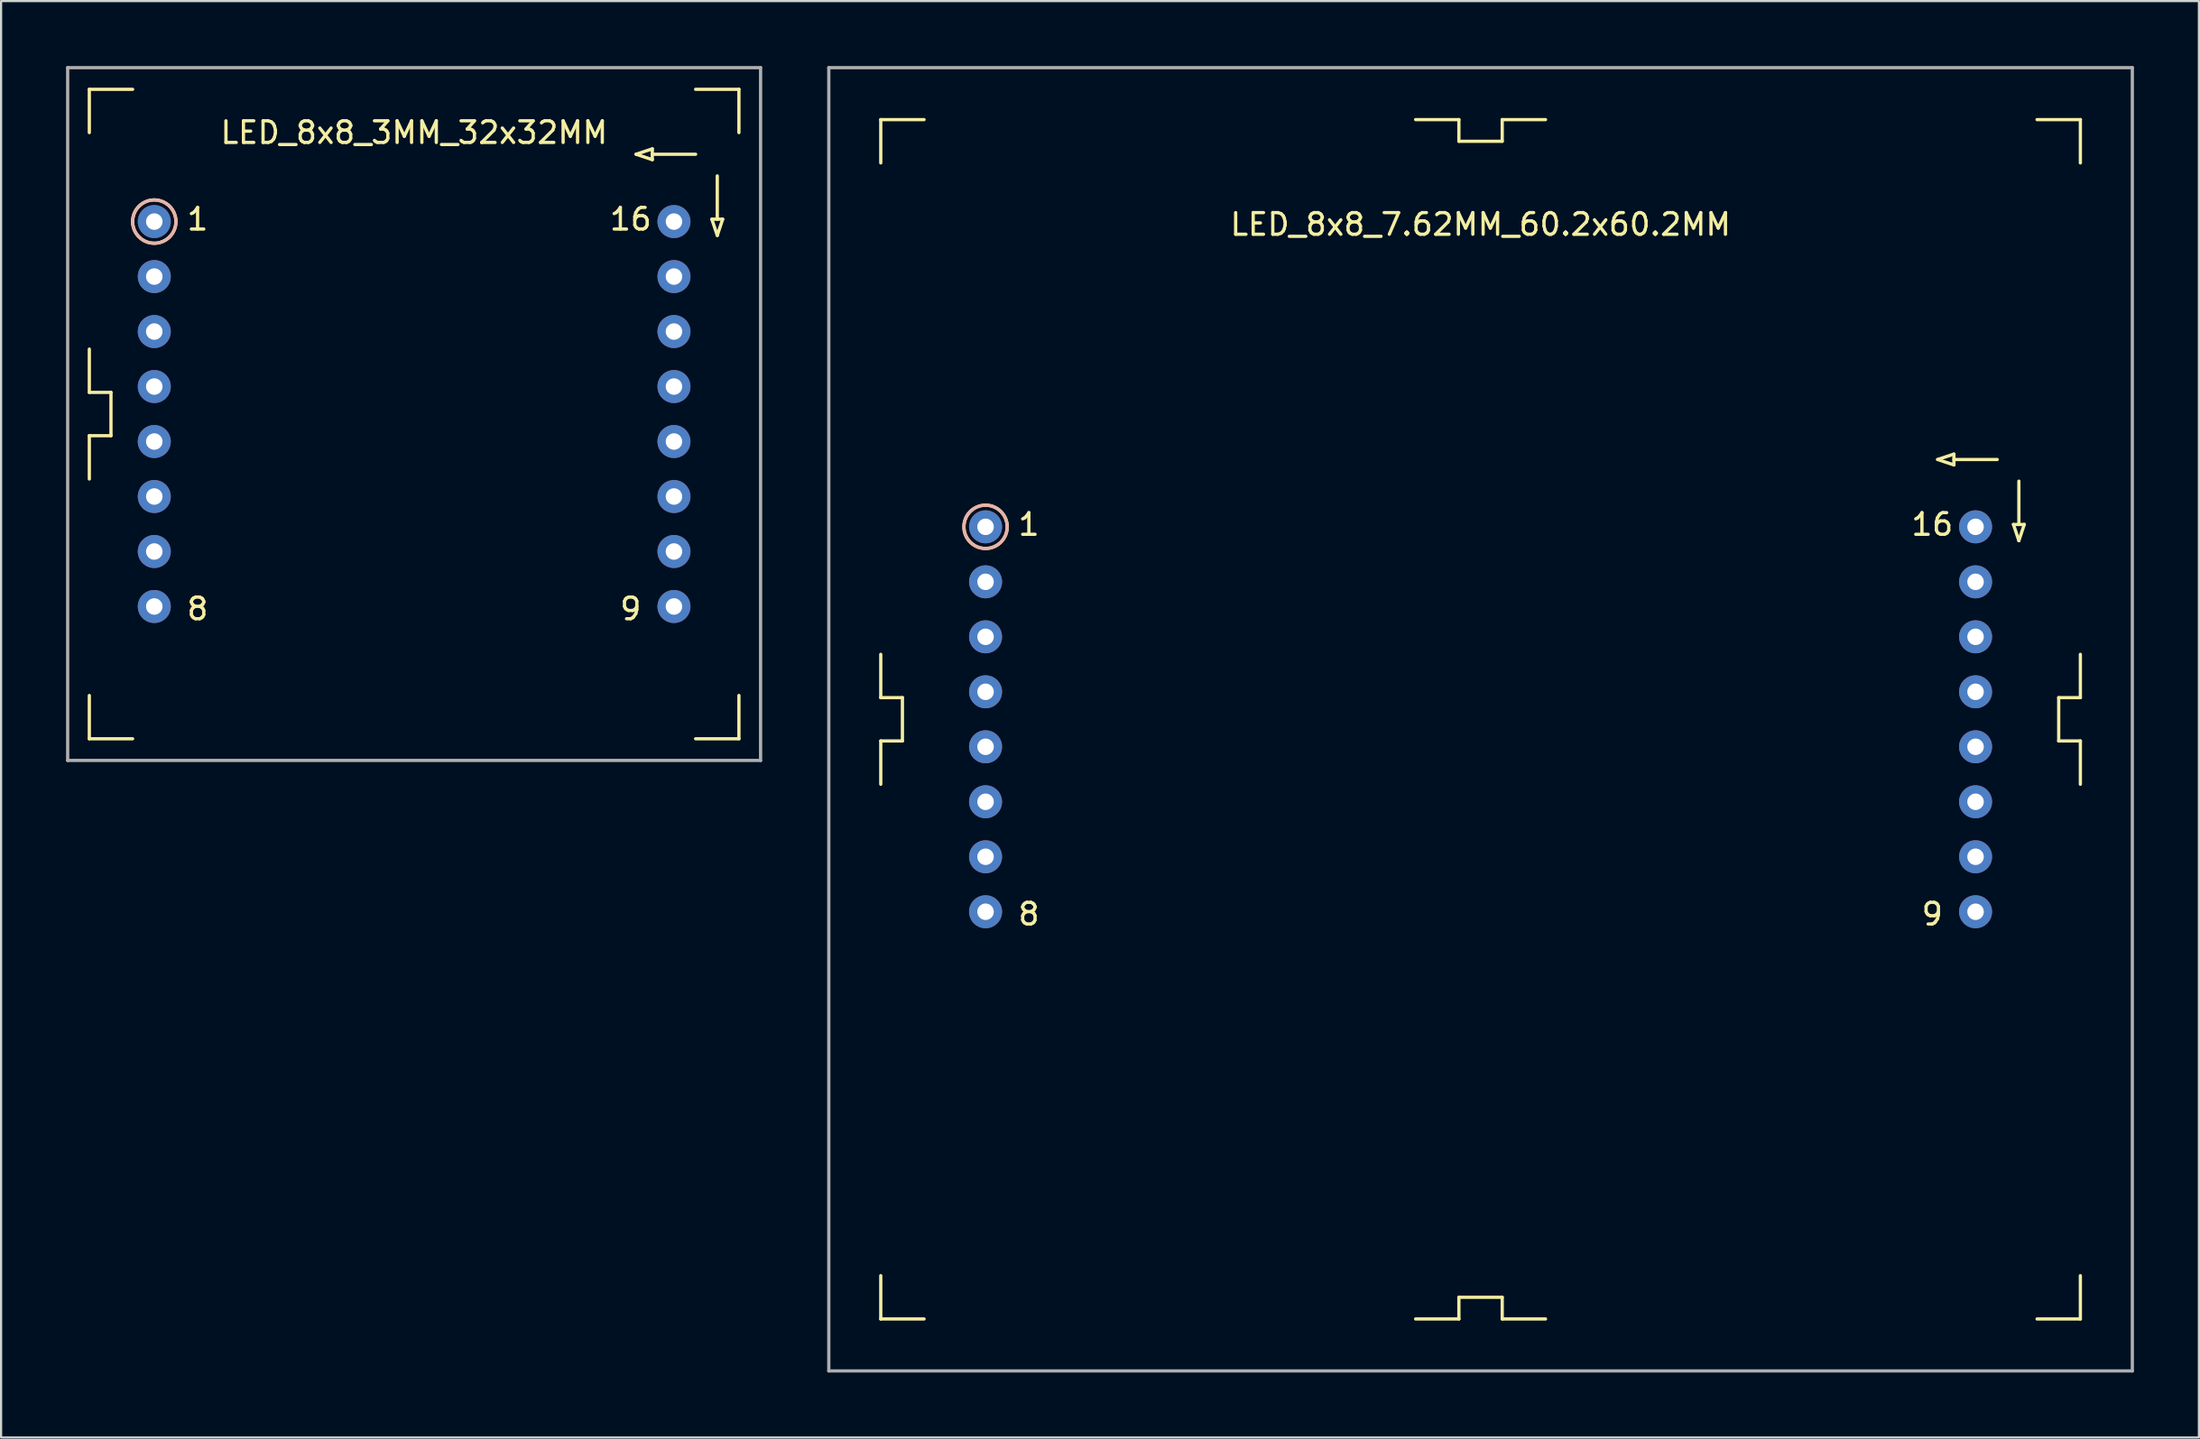
<source format=kicad_pcb>
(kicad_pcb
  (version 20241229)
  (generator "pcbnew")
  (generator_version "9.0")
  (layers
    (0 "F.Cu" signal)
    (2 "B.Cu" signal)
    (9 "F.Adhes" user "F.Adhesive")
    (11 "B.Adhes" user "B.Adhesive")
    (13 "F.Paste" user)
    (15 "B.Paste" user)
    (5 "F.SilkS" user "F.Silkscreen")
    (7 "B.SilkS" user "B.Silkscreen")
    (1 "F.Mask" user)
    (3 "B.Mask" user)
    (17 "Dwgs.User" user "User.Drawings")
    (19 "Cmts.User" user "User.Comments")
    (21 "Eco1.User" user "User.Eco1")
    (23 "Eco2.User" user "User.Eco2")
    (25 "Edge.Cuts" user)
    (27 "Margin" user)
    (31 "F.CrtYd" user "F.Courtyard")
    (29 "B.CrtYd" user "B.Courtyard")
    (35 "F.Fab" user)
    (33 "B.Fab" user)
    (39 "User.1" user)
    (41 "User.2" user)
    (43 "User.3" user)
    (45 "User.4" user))
  (footprint "LED_8x8_7.62MM_60.2x60.2MM"
    (layer "F.Cu")
    (at 65.325 30.175)
    (property "Reference" "LED_8x8_7.62MM_60.2x60.2MM" (at 0 -22.86 0) (layer "F.SilkS") (effects (font (size 1 1) (thickness 0.15))))
    (attr through_hole)
    (fp_line (start -27.7 -27.7) (end -25.7 -27.7) (stroke (width 0.15) (type solid)) (layer "F.SilkS"))
    (fp_line (start -27.7 -25.7) (end -27.7 -27.7) (stroke (width 0.15) (type solid)) (layer "F.SilkS"))
    (fp_line (start -27.7 -1) (end -27.7 -3) (stroke (width 0.15) (type solid)) (layer "F.SilkS"))
    (fp_line (start -27.7 -1) (end -26.7 -1) (stroke (width 0.15) (type solid)) (layer "F.SilkS"))
    (fp_line (start -27.7 1) (end -27.7 3) (stroke (width 0.15) (type solid)) (layer "F.SilkS"))
    (fp_line (start -27.7 27.7) (end -27.7 25.7) (stroke (width 0.15) (type solid)) (layer "F.SilkS"))
    (fp_line (start -26.7 -1) (end -26.7 1) (stroke (width 0.15) (type solid)) (layer "F.SilkS"))
    (fp_line (start -26.7 1) (end -27.7 1) (stroke (width 0.15) (type solid)) (layer "F.SilkS"))
    (fp_line (start -25.7 27.7) (end -27.7 27.7) (stroke (width 0.15) (type solid)) (layer "F.SilkS"))
    (fp_line (start -1 -27.7) (end -3 -27.7) (stroke (width 0.15) (type solid)) (layer "F.SilkS"))
    (fp_line (start -1 -26.7) (end -1 -27.7) (stroke (width 0.15) (type solid)) (layer "F.SilkS"))
    (fp_line (start -1 26.7) (end 1 26.7) (stroke (width 0.15) (type solid)) (layer "F.SilkS"))
    (fp_line (start -1 27.7) (end -3 27.7) (stroke (width 0.15) (type solid)) (layer "F.SilkS"))
    (fp_line (start -1 27.7) (end -1 26.7) (stroke (width 0.15) (type solid)) (layer "F.SilkS"))
    (fp_line (start 1 -27.7) (end 1 -26.7) (stroke (width 0.15) (type solid)) (layer "F.SilkS"))
    (fp_line (start 1 -27.7) (end 3 -27.7) (stroke (width 0.15) (type solid)) (layer "F.SilkS"))
    (fp_line (start 1 -26.7) (end -1 -26.7) (stroke (width 0.15) (type solid)) (layer "F.SilkS"))
    (fp_line (start 1 26.7) (end 1 27.7) (stroke (width 0.15) (type solid)) (layer "F.SilkS"))
    (fp_line (start 1 27.7) (end 3 27.7) (stroke (width 0.15) (type solid)) (layer "F.SilkS"))
    (fp_line (start 21.11 -12) (end 21.86 -11.75) (stroke (width 0.15) (type solid)) (layer "F.SilkS"))
    (fp_line (start 21.86 -12.25) (end 21.11 -12) (stroke (width 0.15) (type solid)) (layer "F.SilkS"))
    (fp_line (start 21.86 -11.75) (end 21.86 -12.25) (stroke (width 0.15) (type solid)) (layer "F.SilkS"))
    (fp_line (start 23.86 -12) (end 21.86 -12) (stroke (width 0.15) (type solid)) (layer "F.SilkS"))
    (fp_line (start 24.61 -9) (end 25.11 -9) (stroke (width 0.15) (type solid)) (layer "F.SilkS"))
    (fp_line (start 24.86 -11) (end 24.86 -9) (stroke (width 0.15) (type solid)) (layer "F.SilkS"))
    (fp_line (start 24.86 -8.25) (end 24.61 -9) (stroke (width 0.15) (type solid)) (layer "F.SilkS"))
    (fp_line (start 25.11 -9) (end 24.86 -8.25) (stroke (width 0.15) (type solid)) (layer "F.SilkS"))
    (fp_line (start 25.7 -27.7) (end 27.7 -27.7) (stroke (width 0.15) (type solid)) (layer "F.SilkS"))
    (fp_line (start 26.7 -1) (end 27.7 -1) (stroke (width 0.15) (type solid)) (layer "F.SilkS"))
    (fp_line (start 26.7 1) (end 26.7 -1) (stroke (width 0.15) (type solid)) (layer "F.SilkS"))
    (fp_line (start 27.7 -27.7) (end 27.7 -25.7) (stroke (width 0.15) (type solid)) (layer "F.SilkS"))
    (fp_line (start 27.7 -1) (end 27.7 -3) (stroke (width 0.15) (type solid)) (layer "F.SilkS"))
    (fp_line (start 27.7 1) (end 26.7 1) (stroke (width 0.15) (type solid)) (layer "F.SilkS"))
    (fp_line (start 27.7 1) (end 27.7 3) (stroke (width 0.15) (type solid)) (layer "F.SilkS"))
    (fp_line (start 27.7 25.7) (end 27.7 27.7) (stroke (width 0.15) (type solid)) (layer "F.SilkS"))
    (fp_line (start 27.7 27.7) (end 25.7 27.7) (stroke (width 0.15) (type solid)) (layer "F.SilkS"))
    (fp_circle (center -22.86 -8.89) (end -21.86 -8.89) (stroke (width 0.15) (type solid)) (fill no) (layer "F.SilkS"))
    (fp_circle (center -22.86 -8.89) (end -21.86 -8.89) (stroke (width 0.15) (type solid)) (fill no) (layer "B.SilkS"))
    (fp_line (start -30.1 -30.1) (end 30.1 -30.1) (stroke (width 0.15) (type solid)) (layer "F.Fab"))
    (fp_line (start -30.1 30.1) (end -30.1 -30.1) (stroke (width 0.15) (type solid)) (layer "F.Fab"))
    (fp_line (start 30.1 -30.1) (end 30.1 30.1) (stroke (width 0.15) (type solid)) (layer "F.Fab"))
    (fp_line (start 30.1 30.1) (end -30.1 30.1) (stroke (width 0.15) (type solid)) (layer "F.Fab"))
    (fp_text user "8" (at -20.86 9 0) (layer "F.SilkS") (effects (font (size 1 1) (thickness 0.15))))
    (fp_text user "1" (at -20.86 -9 0) (layer "F.SilkS") (effects (font (size 1 1) (thickness 0.15))))
    (fp_text user "16" (at 20.86 -9 0) (layer "F.SilkS") (effects (font (size 1 1) (thickness 0.15))))
    (fp_text user "9" (at 20.86 9 0) (layer "F.SilkS") (effects (font (size 1 1) (thickness 0.15))))
    (pad "1" thru_hole circle (at -22.86 -8.89) (size 1.524 1.524) (drill 0.762) (layers "*.Cu" "*.Mask"))
    (pad "2" thru_hole circle (at -22.86 -6.35) (size 1.524 1.524) (drill 0.762) (layers "*.Cu" "*.Mask"))
    (pad "3" thru_hole circle (at -22.86 -3.81) (size 1.524 1.524) (drill 0.762) (layers "*.Cu" "*.Mask"))
    (pad "4" thru_hole circle (at -22.86 -1.27) (size 1.524 1.524) (drill 0.762) (layers "*.Cu" "*.Mask"))
    (pad "5" thru_hole circle (at -22.86 1.27) (size 1.524 1.524) (drill 0.762) (layers "*.Cu" "*.Mask"))
    (pad "6" thru_hole circle (at -22.86 3.81) (size 1.524 1.524) (drill 0.762) (layers "*.Cu" "*.Mask"))
    (pad "7" thru_hole circle (at -22.86 6.35) (size 1.524 1.524) (drill 0.762) (layers "*.Cu" "*.Mask"))
    (pad "8" thru_hole circle (at -22.86 8.89) (size 1.524 1.524) (drill 0.762) (layers "*.Cu" "*.Mask"))
    (pad "9" thru_hole circle (at 22.86 8.89) (size 1.524 1.524) (drill 0.762) (layers "*.Cu" "*.Mask"))
    (pad "10" thru_hole circle (at 22.86 6.35) (size 1.524 1.524) (drill 0.762) (layers "*.Cu" "*.Mask"))
    (pad "11" thru_hole circle (at 22.86 3.81) (size 1.524 1.524) (drill 0.762) (layers "*.Cu" "*.Mask"))
    (pad "12" thru_hole circle (at 22.86 1.27) (size 1.524 1.524) (drill 0.762) (layers "*.Cu" "*.Mask"))
    (pad "13" thru_hole circle (at 22.86 -1.27) (size 1.524 1.524) (drill 0.762) (layers "*.Cu" "*.Mask"))
    (pad "14" thru_hole circle (at 22.86 -3.81) (size 1.524 1.524) (drill 0.762) (layers "*.Cu" "*.Mask"))
    (pad "15" thru_hole circle (at 22.86 -6.35) (size 1.524 1.524) (drill 0.762) (layers "*.Cu" "*.Mask"))
    (pad "16" thru_hole circle (at 22.86 -8.89) (size 1.524 1.524) (drill 0.762) (layers "*.Cu" "*.Mask")))
  (footprint "LED_8x8_3MM_32x32MM"
    (layer "F.Cu")
    (at 16.075 16.075)
    (property "Reference" "LED_8x8_3MM_32x32MM" (at 0 -13 0) (layer "F.SilkS") (effects (font (size 1 1) (thickness 0.15))))
    (attr through_hole)
    (fp_line (start -15 -15) (end -13 -15) (stroke (width 0.15) (type solid)) (layer "F.SilkS"))
    (fp_line (start -15 -13) (end -15 -15) (stroke (width 0.15) (type solid)) (layer "F.SilkS"))
    (fp_line (start -15 -1) (end -15 -3) (stroke (width 0.15) (type solid)) (layer "F.SilkS"))
    (fp_line (start -15 -1) (end -14 -1) (stroke (width 0.15) (type solid)) (layer "F.SilkS"))
    (fp_line (start -15 1) (end -15 3) (stroke (width 0.15) (type solid)) (layer "F.SilkS"))
    (fp_line (start -15 15) (end -15 13) (stroke (width 0.15) (type solid)) (layer "F.SilkS"))
    (fp_line (start -14 -1) (end -14 1) (stroke (width 0.15) (type solid)) (layer "F.SilkS"))
    (fp_line (start -14 1) (end -15 1) (stroke (width 0.15) (type solid)) (layer "F.SilkS"))
    (fp_line (start -13 15) (end -15 15) (stroke (width 0.15) (type solid)) (layer "F.SilkS"))
    (fp_line (start 10.25 -12) (end 11 -11.75) (stroke (width 0.15) (type solid)) (layer "F.SilkS"))
    (fp_line (start 11 -12.25) (end 10.25 -12) (stroke (width 0.15) (type solid)) (layer "F.SilkS"))
    (fp_line (start 11 -11.75) (end 11 -12.25) (stroke (width 0.15) (type solid)) (layer "F.SilkS"))
    (fp_line (start 13 -15) (end 15 -15) (stroke (width 0.15) (type solid)) (layer "F.SilkS"))
    (fp_line (start 13 -12) (end 11 -12) (stroke (width 0.15) (type solid)) (layer "F.SilkS"))
    (fp_line (start 13.75 -9) (end 14.25 -9) (stroke (width 0.15) (type solid)) (layer "F.SilkS"))
    (fp_line (start 14 -11) (end 14 -9) (stroke (width 0.15) (type solid)) (layer "F.SilkS"))
    (fp_line (start 14 -8.25) (end 13.75 -9) (stroke (width 0.15) (type solid)) (layer "F.SilkS"))
    (fp_line (start 14.25 -9) (end 14 -8.25) (stroke (width 0.15) (type solid)) (layer "F.SilkS"))
    (fp_line (start 15 -15) (end 15 -13) (stroke (width 0.15) (type solid)) (layer "F.SilkS"))
    (fp_line (start 15 13) (end 15 15) (stroke (width 0.15) (type solid)) (layer "F.SilkS"))
    (fp_line (start 15 15) (end 13 15) (stroke (width 0.15) (type solid)) (layer "F.SilkS"))
    (fp_circle (center -12 -8.89) (end -12 -7.89) (stroke (width 0.15) (type solid)) (fill no) (layer "F.SilkS"))
    (fp_circle (center -12 -8.89) (end -11 -8.89) (stroke (width 0.15) (type solid)) (fill no) (layer "B.SilkS"))
    (fp_line (start -16 -16) (end 16 -16) (stroke (width 0.15) (type solid)) (layer "F.Fab"))
    (fp_line (start -16 16) (end -16 -16) (stroke (width 0.15) (type solid)) (layer "F.Fab"))
    (fp_line (start 16 -16) (end 16 16) (stroke (width 0.15) (type solid)) (layer "F.Fab"))
    (fp_line (start 16 16) (end -16 16) (stroke (width 0.15) (type solid)) (layer "F.Fab"))
    (fp_text user "8" (at -10 9 0) (layer "F.SilkS") (effects (font (size 1 1) (thickness 0.15))))
    (fp_text user "1" (at -10 -9 0) (layer "F.SilkS") (effects (font (size 1 1) (thickness 0.15))))
    (fp_text user "16" (at 10 -9 0) (layer "F.SilkS") (effects (font (size 1 1) (thickness 0.15))))
    (fp_text user "9" (at 10 9 0) (layer "F.SilkS") (effects (font (size 1 1) (thickness 0.15))))
    (pad "1" thru_hole circle (at -12 -8.89) (size 1.524 1.524) (drill 0.762) (layers "*.Cu" "*.Mask"))
    (pad "2" thru_hole circle (at -12 -6.35) (size 1.524 1.524) (drill 0.762) (layers "*.Cu" "*.Mask"))
    (pad "3" thru_hole circle (at -12 -3.81) (size 1.524 1.524) (drill 0.762) (layers "*.Cu" "*.Mask"))
    (pad "4" thru_hole circle (at -12 -1.27) (size 1.524 1.524) (drill 0.762) (layers "*.Cu" "*.Mask"))
    (pad "5" thru_hole circle (at -12 1.27) (size 1.524 1.524) (drill 0.762) (layers "*.Cu" "*.Mask"))
    (pad "6" thru_hole circle (at -12 3.81) (size 1.524 1.524) (drill 0.762) (layers "*.Cu" "*.Mask"))
    (pad "7" thru_hole circle (at -12 6.35) (size 1.524 1.524) (drill 0.762) (layers "*.Cu" "*.Mask"))
    (pad "8" thru_hole circle (at -12 8.89) (size 1.524 1.524) (drill 0.762) (layers "*.Cu" "*.Mask"))
    (pad "9" thru_hole circle (at 12 8.89) (size 1.524 1.524) (drill 0.762) (layers "*.Cu" "*.Mask"))
    (pad "10" thru_hole circle (at 12 6.35) (size 1.524 1.524) (drill 0.762) (layers "*.Cu" "*.Mask"))
    (pad "11" thru_hole circle (at 12 3.81) (size 1.524 1.524) (drill 0.762) (layers "*.Cu" "*.Mask"))
    (pad "12" thru_hole circle (at 12 1.27) (size 1.524 1.524) (drill 0.762) (layers "*.Cu" "*.Mask"))
    (pad "13" thru_hole circle (at 12 -1.27) (size 1.524 1.524) (drill 0.762) (layers "*.Cu" "*.Mask"))
    (pad "14" thru_hole circle (at 12 -3.81) (size 1.524 1.524) (drill 0.762) (layers "*.Cu" "*.Mask"))
    (pad "15" thru_hole circle (at 12 -6.35) (size 1.524 1.524) (drill 0.762) (layers "*.Cu" "*.Mask"))
    (pad "16" thru_hole circle (at 12 -8.89) (size 1.524 1.524) (drill 0.762) (layers "*.Cu" "*.Mask")))
  (gr_rect
    (start -3 -3)
    (end 98.5 63.35)
    (stroke (width 0.1) (type default))
    (fill no)
    (layer "Edge.Cuts")))
</source>
